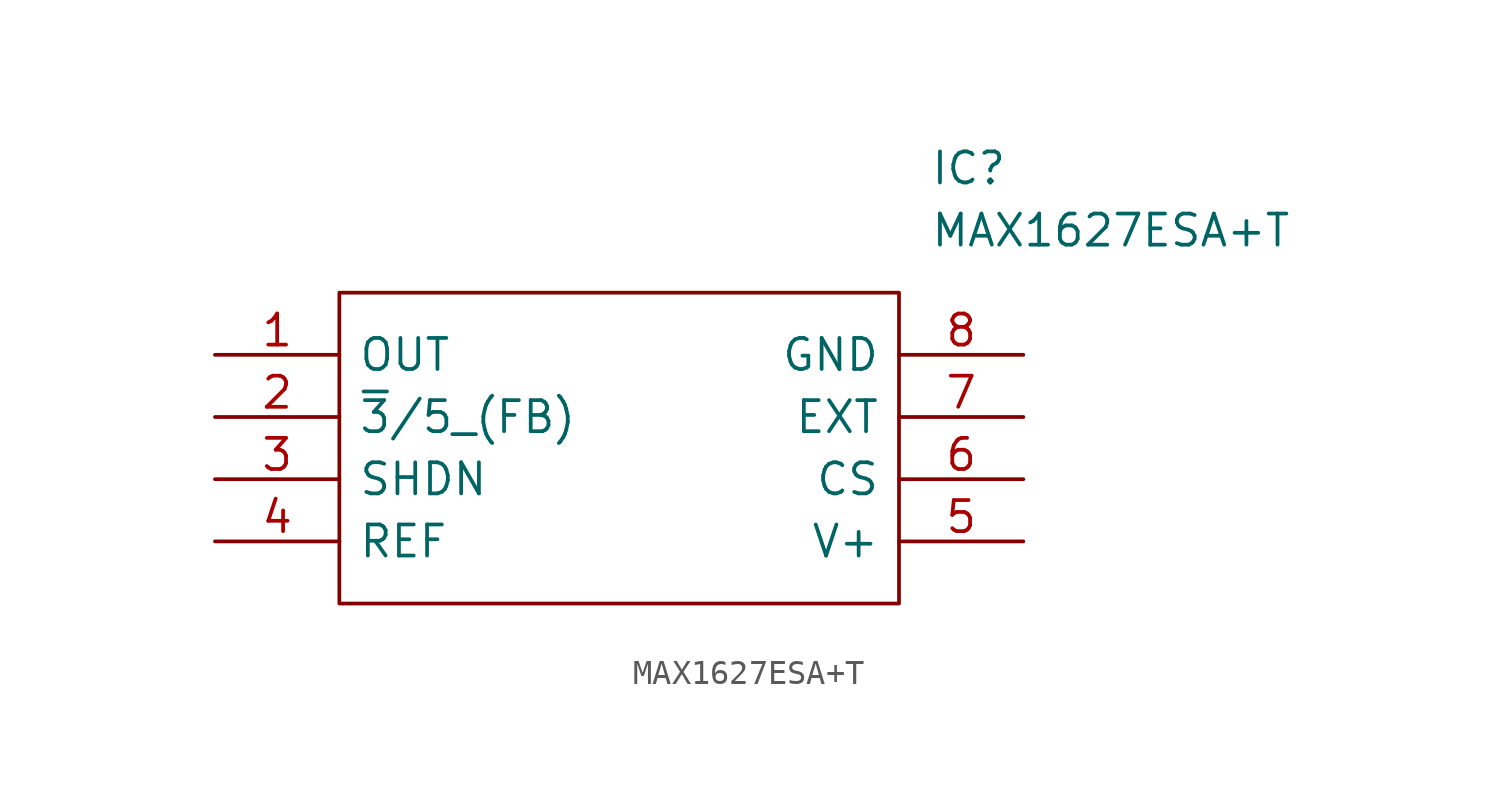
<source format=kicad_sym>
(kicad_symbol_lib
  (version 20211014)
  (generator kicad_symbol_editor)
  (symbol "MAX1627ESA+T"
    (pin_names
      (offset 0.762))
    (property "Reference" "IC"
      (at 29.21 7.62 0)
      (effects (font (size 1.27 1.27)) (justify left)))
    (property "Value" "MAX1627ESA+T"
      (at 29.21 5.08 0)
      (effects (font (size 1.27 1.27)) (justify left)))
    (symbol "MAX1627ESA+T_0_0"
      (pin passive line (at 0 0 0) (length 5.08) (name "OUT" (effects (font (size 1.27 1.27)))) (number "1" (effects (font (size 1.27 1.27)))))
      (pin passive line (at 0 -2.54 0) (length 5.08) (name "~{3}/5_(FB)" (effects (font (size 1.27 1.27)))) (number "2" (effects (font (size 1.27 1.27)))))
      (pin passive line (at 0 -5.08 0) (length 5.08) (name "SHDN" (effects (font (size 1.27 1.27)))) (number "3" (effects (font (size 1.27 1.27)))))
      (pin passive line (at 0 -7.62 0) (length 5.08) (name "REF" (effects (font (size 1.27 1.27)))) (number "4" (effects (font (size 1.27 1.27)))))
      (pin passive line (at 33.02 -7.62 180) (length 5.08) (name "V+" (effects (font (size 1.27 1.27)))) (number "5" (effects (font (size 1.27 1.27)))))
      (pin passive line (at 33.02 -5.08 180) (length 5.08) (name "CS" (effects (font (size 1.27 1.27)))) (number "6" (effects (font (size 1.27 1.27)))))
      (pin passive line (at 33.02 -2.54 180) (length 5.08) (name "EXT" (effects (font (size 1.27 1.27)))) (number "7" (effects (font (size 1.27 1.27)))))
      (pin passive line (at 33.02 0 180) (length 5.08) (name "GND" (effects (font (size 1.27 1.27)))) (number "8" (effects (font (size 1.27 1.27))))))
    (symbol "MAX1627ESA+T_0_1"
      (polyline (pts (xy 5.08 2.54) (xy 27.94 2.54) (xy 27.94 -10.16) (xy 5.08 -10.16) (xy 5.08 2.54)) (stroke (width 0.152) (type default) (color 0 0 0 0)) (fill (type none))))))
</source>
